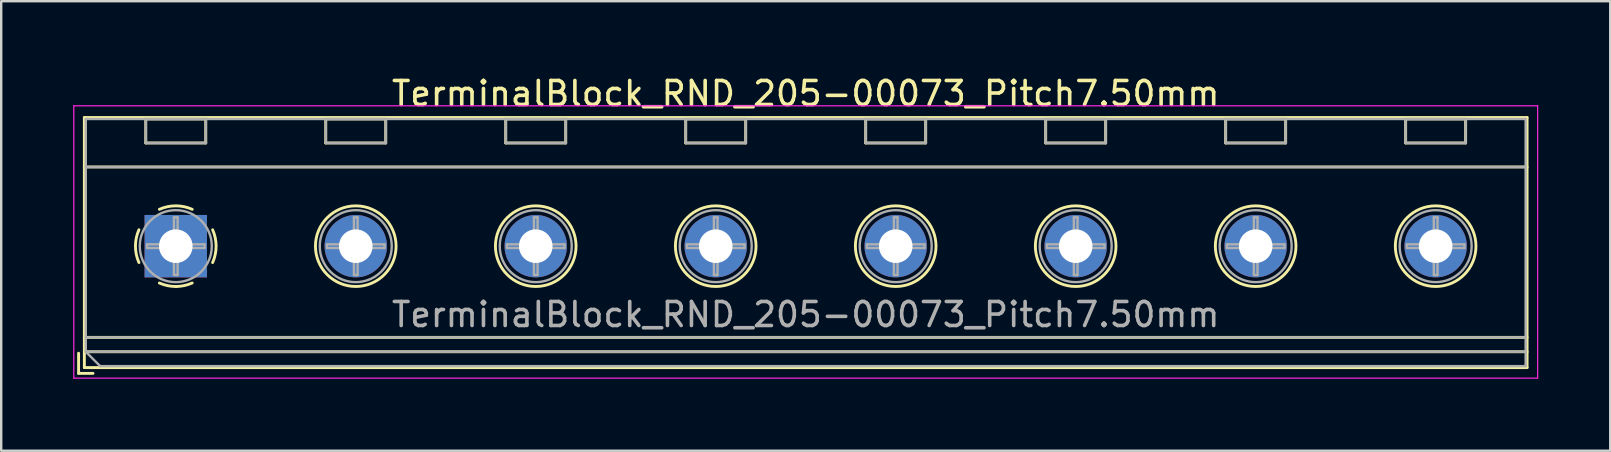
<source format=kicad_pcb>
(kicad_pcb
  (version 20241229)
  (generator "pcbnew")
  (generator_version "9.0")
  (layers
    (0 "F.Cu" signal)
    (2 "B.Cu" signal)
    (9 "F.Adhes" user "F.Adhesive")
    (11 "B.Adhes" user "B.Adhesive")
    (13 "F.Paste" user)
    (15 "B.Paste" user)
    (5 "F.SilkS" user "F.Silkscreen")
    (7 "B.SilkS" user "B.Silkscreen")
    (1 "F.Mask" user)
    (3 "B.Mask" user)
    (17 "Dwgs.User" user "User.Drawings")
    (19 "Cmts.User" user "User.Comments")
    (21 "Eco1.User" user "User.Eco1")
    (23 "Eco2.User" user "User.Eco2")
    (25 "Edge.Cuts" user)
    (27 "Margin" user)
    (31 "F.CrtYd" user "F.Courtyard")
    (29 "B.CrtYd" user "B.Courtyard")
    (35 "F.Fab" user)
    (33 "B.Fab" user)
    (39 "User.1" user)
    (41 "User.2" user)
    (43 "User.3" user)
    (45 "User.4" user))
  (footprint "TerminalBlock_RND_205-00073_Pitch7.50mm"
    (layer "F.Cu")
    (at 4.275 7.208)
    (property "Reference" "TerminalBlock_RND_205-00073_Pitch7.50mm" (at 26.25 -6.36 0) (layer "F.SilkS") (effects (font (size 1 1) (thickness 0.15))))
    (attr through_hole)
    (fp_line (start -4.05 4.46) (end -4.05 5.3) (stroke (width 0.12) (type solid)) (layer "F.SilkS"))
    (fp_line (start -4.05 5.3) (end -3.45 5.3) (stroke (width 0.12) (type solid)) (layer "F.SilkS"))
    (fp_line (start -3.81 -5.36) (end -3.81 5.06) (stroke (width 0.12) (type solid)) (layer "F.SilkS"))
    (fp_line (start -3.81 -3.3) (end 56.31 -3.3) (stroke (width 0.12) (type solid)) (layer "F.SilkS"))
    (fp_line (start -3.81 3.8) (end 56.31 3.8) (stroke (width 0.12) (type solid)) (layer "F.SilkS"))
    (fp_line (start -3.81 4.4) (end 56.31 4.4) (stroke (width 0.12) (type solid)) (layer "F.SilkS"))
    (fp_line (start -3.81 5.06) (end 56.31 5.06) (stroke (width 0.12) (type solid)) (layer "F.SilkS"))
    (fp_line (start -1.25 -5.301) (end -1.25 -4.301) (stroke (width 0.12) (type solid)) (layer "F.SilkS"))
    (fp_line (start -1.25 -5.301) (end 1.25 -5.301) (stroke (width 0.12) (type solid)) (layer "F.SilkS"))
    (fp_line (start -1.25 -4.301) (end 1.25 -4.301) (stroke (width 0.12) (type solid)) (layer "F.SilkS"))
    (fp_line (start 1.25 -5.301) (end 1.25 -4.301) (stroke (width 0.12) (type solid)) (layer "F.SilkS"))
    (fp_line (start 6.25 -5.301) (end 6.25 -4.301) (stroke (width 0.12) (type solid)) (layer "F.SilkS"))
    (fp_line (start 6.25 -5.301) (end 8.75 -5.301) (stroke (width 0.12) (type solid)) (layer "F.SilkS"))
    (fp_line (start 6.25 -4.301) (end 8.75 -4.301) (stroke (width 0.12) (type solid)) (layer "F.SilkS"))
    (fp_line (start 8.75 -5.301) (end 8.75 -4.301) (stroke (width 0.12) (type solid)) (layer "F.SilkS"))
    (fp_line (start 13.75 -5.301) (end 13.75 -4.301) (stroke (width 0.12) (type solid)) (layer "F.SilkS"))
    (fp_line (start 13.75 -5.301) (end 16.25 -5.301) (stroke (width 0.12) (type solid)) (layer "F.SilkS"))
    (fp_line (start 13.75 -4.301) (end 16.25 -4.301) (stroke (width 0.12) (type solid)) (layer "F.SilkS"))
    (fp_line (start 16.25 -5.301) (end 16.25 -4.301) (stroke (width 0.12) (type solid)) (layer "F.SilkS"))
    (fp_line (start 21.25 -5.301) (end 21.25 -4.301) (stroke (width 0.12) (type solid)) (layer "F.SilkS"))
    (fp_line (start 21.25 -5.301) (end 23.75 -5.301) (stroke (width 0.12) (type solid)) (layer "F.SilkS"))
    (fp_line (start 21.25 -4.301) (end 23.75 -4.301) (stroke (width 0.12) (type solid)) (layer "F.SilkS"))
    (fp_line (start 23.75 -5.301) (end 23.75 -4.301) (stroke (width 0.12) (type solid)) (layer "F.SilkS"))
    (fp_line (start 28.75 -5.301) (end 28.75 -4.301) (stroke (width 0.12) (type solid)) (layer "F.SilkS"))
    (fp_line (start 28.75 -5.301) (end 31.25 -5.301) (stroke (width 0.12) (type solid)) (layer "F.SilkS"))
    (fp_line (start 28.75 -4.301) (end 31.25 -4.301) (stroke (width 0.12) (type solid)) (layer "F.SilkS"))
    (fp_line (start 31.25 -5.301) (end 31.25 -4.301) (stroke (width 0.12) (type solid)) (layer "F.SilkS"))
    (fp_line (start 36.25 -5.301) (end 36.25 -4.301) (stroke (width 0.12) (type solid)) (layer "F.SilkS"))
    (fp_line (start 36.25 -5.301) (end 38.75 -5.301) (stroke (width 0.12) (type solid)) (layer "F.SilkS"))
    (fp_line (start 36.25 -4.301) (end 38.75 -4.301) (stroke (width 0.12) (type solid)) (layer "F.SilkS"))
    (fp_line (start 38.75 -5.301) (end 38.75 -4.301) (stroke (width 0.12) (type solid)) (layer "F.SilkS"))
    (fp_line (start 43.75 -5.301) (end 43.75 -4.301) (stroke (width 0.12) (type solid)) (layer "F.SilkS"))
    (fp_line (start 43.75 -5.301) (end 46.25 -5.301) (stroke (width 0.12) (type solid)) (layer "F.SilkS"))
    (fp_line (start 43.75 -4.301) (end 46.25 -4.301) (stroke (width 0.12) (type solid)) (layer "F.SilkS"))
    (fp_line (start 46.25 -5.301) (end 46.25 -4.301) (stroke (width 0.12) (type solid)) (layer "F.SilkS"))
    (fp_line (start 51.25 -5.301) (end 51.25 -4.301) (stroke (width 0.12) (type solid)) (layer "F.SilkS"))
    (fp_line (start 51.25 -5.301) (end 53.75 -5.301) (stroke (width 0.12) (type solid)) (layer "F.SilkS"))
    (fp_line (start 51.25 -4.301) (end 53.75 -4.301) (stroke (width 0.12) (type solid)) (layer "F.SilkS"))
    (fp_line (start 53.75 -5.301) (end 53.75 -4.301) (stroke (width 0.12) (type solid)) (layer "F.SilkS"))
    (fp_line (start 56.31 -5.36) (end -3.81 -5.36) (stroke (width 0.12) (type solid)) (layer "F.SilkS"))
    (fp_line (start 56.31 5.06) (end 56.31 -5.36) (stroke (width 0.12) (type solid)) (layer "F.SilkS"))
    (fp_arc (start -1.535427 0.683042) (mid -1.680501 -0.000524) (end -1.535 -0.684) (stroke (width 0.12) (type solid)) (layer "F.SilkS"))
    (fp_arc (start -0.683042 -1.535427) (mid 0.000524 -1.680501) (end 0.684 -1.535) (stroke (width 0.12) (type solid)) (layer "F.SilkS"))
    (fp_arc (start 0.028805 1.680253) (mid -0.335551 1.646659) (end -0.684 1.535) (stroke (width 0.12) (type solid)) (layer "F.SilkS"))
    (fp_arc (start 0.683318 1.534756) (mid 0.349292 1.643288) (end 0 1.68) (stroke (width 0.12) (type solid)) (layer "F.SilkS"))
    (fp_arc (start 1.535427 -0.683042) (mid 1.680501 0.000524) (end 1.535 0.684) (stroke (width 0.12) (type solid)) (layer "F.SilkS"))
    (fp_circle (center 7.5 0) (end 9.18 0) (stroke (width 0.12) (type solid)) (fill no) (layer "F.SilkS"))
    (fp_circle (center 15 0) (end 16.68 0) (stroke (width 0.12) (type solid)) (fill no) (layer "F.SilkS"))
    (fp_circle (center 22.5 0) (end 24.18 0) (stroke (width 0.12) (type solid)) (fill no) (layer "F.SilkS"))
    (fp_circle (center 30 0) (end 31.68 0) (stroke (width 0.12) (type solid)) (fill no) (layer "F.SilkS"))
    (fp_circle (center 37.5 0) (end 39.18 0) (stroke (width 0.12) (type solid)) (fill no) (layer "F.SilkS"))
    (fp_circle (center 45 0) (end 46.68 0) (stroke (width 0.12) (type solid)) (fill no) (layer "F.SilkS"))
    (fp_circle (center 52.5 0) (end 54.18 0) (stroke (width 0.12) (type solid)) (fill no) (layer "F.SilkS"))
    (fp_line (start -4.25 -5.85) (end -4.25 5.5) (stroke (width 0.05) (type solid)) (layer "F.CrtYd"))
    (fp_line (start -4.25 5.5) (end 56.75 5.5) (stroke (width 0.05) (type solid)) (layer "F.CrtYd"))
    (fp_line (start 56.75 -5.85) (end -4.25 -5.85) (stroke (width 0.05) (type solid)) (layer "F.CrtYd"))
    (fp_line (start 56.75 5.5) (end 56.75 -5.85) (stroke (width 0.05) (type solid)) (layer "F.CrtYd"))
    (fp_line (start -3.75 -5.3) (end 56.25 -5.3) (stroke (width 0.1) (type solid)) (layer "F.Fab"))
    (fp_line (start -3.75 -3.3) (end 56.25 -3.3) (stroke (width 0.1) (type solid)) (layer "F.Fab"))
    (fp_line (start -3.75 3.8) (end 56.25 3.8) (stroke (width 0.1) (type solid)) (layer "F.Fab"))
    (fp_line (start -3.75 4.4) (end -3.75 -5.3) (stroke (width 0.1) (type solid)) (layer "F.Fab"))
    (fp_line (start -3.75 4.4) (end 56.25 4.4) (stroke (width 0.1) (type solid)) (layer "F.Fab"))
    (fp_line (start -3.15 5) (end -3.75 4.4) (stroke (width 0.1) (type solid)) (layer "F.Fab"))
    (fp_line (start -1.25 -5.3) (end -1.25 -4.3) (stroke (width 0.1) (type solid)) (layer "F.Fab"))
    (fp_line (start -1.25 -4.3) (end 1.25 -4.3) (stroke (width 0.1) (type solid)) (layer "F.Fab"))
    (fp_line (start -1.201 -0.076) (end -0.076 -0.076) (stroke (width 0.1) (type solid)) (layer "F.Fab"))
    (fp_line (start -1.201 0.076) (end -1.201 -0.076) (stroke (width 0.1) (type solid)) (layer "F.Fab"))
    (fp_line (start -0.076 -1.201) (end 0.076 -1.201) (stroke (width 0.1) (type solid)) (layer "F.Fab"))
    (fp_line (start -0.076 -0.076) (end -0.076 -1.201) (stroke (width 0.1) (type solid)) (layer "F.Fab"))
    (fp_line (start -0.076 0.076) (end -1.201 0.076) (stroke (width 0.1) (type solid)) (layer "F.Fab"))
    (fp_line (start -0.076 1.201) (end -0.076 0.076) (stroke (width 0.1) (type solid)) (layer "F.Fab"))
    (fp_line (start 0.076 -1.201) (end 0.076 -0.076) (stroke (width 0.1) (type solid)) (layer "F.Fab"))
    (fp_line (start 0.076 -0.076) (end 1.201 -0.076) (stroke (width 0.1) (type solid)) (layer "F.Fab"))
    (fp_line (start 0.076 0.076) (end 0.076 1.201) (stroke (width 0.1) (type solid)) (layer "F.Fab"))
    (fp_line (start 0.076 1.201) (end -0.076 1.201) (stroke (width 0.1) (type solid)) (layer "F.Fab"))
    (fp_line (start 1.201 -0.076) (end 1.201 0.076) (stroke (width 0.1) (type solid)) (layer "F.Fab"))
    (fp_line (start 1.201 0.076) (end 0.076 0.076) (stroke (width 0.1) (type solid)) (layer "F.Fab"))
    (fp_line (start 1.25 -5.3) (end -1.25 -5.3) (stroke (width 0.1) (type solid)) (layer "F.Fab"))
    (fp_line (start 1.25 -4.3) (end 1.25 -5.3) (stroke (width 0.1) (type solid)) (layer "F.Fab"))
    (fp_line (start 6.25 -5.3) (end 6.25 -4.3) (stroke (width 0.1) (type solid)) (layer "F.Fab"))
    (fp_line (start 6.25 -4.3) (end 8.75 -4.3) (stroke (width 0.1) (type solid)) (layer "F.Fab"))
    (fp_line (start 6.299 -0.076) (end 7.424 -0.076) (stroke (width 0.1) (type solid)) (layer "F.Fab"))
    (fp_line (start 6.299 0.076) (end 6.299 -0.076) (stroke (width 0.1) (type solid)) (layer "F.Fab"))
    (fp_line (start 7.424 -1.201) (end 7.576 -1.201) (stroke (width 0.1) (type solid)) (layer "F.Fab"))
    (fp_line (start 7.424 -0.076) (end 7.424 -1.201) (stroke (width 0.1) (type solid)) (layer "F.Fab"))
    (fp_line (start 7.424 0.076) (end 6.299 0.076) (stroke (width 0.1) (type solid)) (layer "F.Fab"))
    (fp_line (start 7.424 1.201) (end 7.424 0.076) (stroke (width 0.1) (type solid)) (layer "F.Fab"))
    (fp_line (start 7.576 -1.201) (end 7.576 -0.076) (stroke (width 0.1) (type solid)) (layer "F.Fab"))
    (fp_line (start 7.576 -0.076) (end 8.701 -0.076) (stroke (width 0.1) (type solid)) (layer "F.Fab"))
    (fp_line (start 7.576 0.076) (end 7.576 1.201) (stroke (width 0.1) (type solid)) (layer "F.Fab"))
    (fp_line (start 7.576 1.201) (end 7.424 1.201) (stroke (width 0.1) (type solid)) (layer "F.Fab"))
    (fp_line (start 8.701 -0.076) (end 8.701 0.076) (stroke (width 0.1) (type solid)) (layer "F.Fab"))
    (fp_line (start 8.701 0.076) (end 7.576 0.076) (stroke (width 0.1) (type solid)) (layer "F.Fab"))
    (fp_line (start 8.75 -5.3) (end 6.25 -5.3) (stroke (width 0.1) (type solid)) (layer "F.Fab"))
    (fp_line (start 8.75 -4.3) (end 8.75 -5.3) (stroke (width 0.1) (type solid)) (layer "F.Fab"))
    (fp_line (start 13.75 -5.3) (end 13.75 -4.3) (stroke (width 0.1) (type solid)) (layer "F.Fab"))
    (fp_line (start 13.75 -4.3) (end 16.25 -4.3) (stroke (width 0.1) (type solid)) (layer "F.Fab"))
    (fp_line (start 13.799 -0.076) (end 14.924 -0.076) (stroke (width 0.1) (type solid)) (layer "F.Fab"))
    (fp_line (start 13.799 0.076) (end 13.799 -0.076) (stroke (width 0.1) (type solid)) (layer "F.Fab"))
    (fp_line (start 14.924 -1.201) (end 15.076 -1.201) (stroke (width 0.1) (type solid)) (layer "F.Fab"))
    (fp_line (start 14.924 -0.076) (end 14.924 -1.201) (stroke (width 0.1) (type solid)) (layer "F.Fab"))
    (fp_line (start 14.924 0.076) (end 13.799 0.076) (stroke (width 0.1) (type solid)) (layer "F.Fab"))
    (fp_line (start 14.924 1.201) (end 14.924 0.076) (stroke (width 0.1) (type solid)) (layer "F.Fab"))
    (fp_line (start 15.076 -1.201) (end 15.076 -0.076) (stroke (width 0.1) (type solid)) (layer "F.Fab"))
    (fp_line (start 15.076 -0.076) (end 16.201 -0.076) (stroke (width 0.1) (type solid)) (layer "F.Fab"))
    (fp_line (start 15.076 0.076) (end 15.076 1.201) (stroke (width 0.1) (type solid)) (layer "F.Fab"))
    (fp_line (start 15.076 1.201) (end 14.924 1.201) (stroke (width 0.1) (type solid)) (layer "F.Fab"))
    (fp_line (start 16.201 -0.076) (end 16.201 0.076) (stroke (width 0.1) (type solid)) (layer "F.Fab"))
    (fp_line (start 16.201 0.076) (end 15.076 0.076) (stroke (width 0.1) (type solid)) (layer "F.Fab"))
    (fp_line (start 16.25 -5.3) (end 13.75 -5.3) (stroke (width 0.1) (type solid)) (layer "F.Fab"))
    (fp_line (start 16.25 -4.3) (end 16.25 -5.3) (stroke (width 0.1) (type solid)) (layer "F.Fab"))
    (fp_line (start 21.25 -5.3) (end 21.25 -4.3) (stroke (width 0.1) (type solid)) (layer "F.Fab"))
    (fp_line (start 21.25 -4.3) (end 23.75 -4.3) (stroke (width 0.1) (type solid)) (layer "F.Fab"))
    (fp_line (start 21.299 -0.076) (end 22.424 -0.076) (stroke (width 0.1) (type solid)) (layer "F.Fab"))
    (fp_line (start 21.299 0.076) (end 21.299 -0.076) (stroke (width 0.1) (type solid)) (layer "F.Fab"))
    (fp_line (start 22.424 -1.201) (end 22.576 -1.201) (stroke (width 0.1) (type solid)) (layer "F.Fab"))
    (fp_line (start 22.424 -0.076) (end 22.424 -1.201) (stroke (width 0.1) (type solid)) (layer "F.Fab"))
    (fp_line (start 22.424 0.076) (end 21.299 0.076) (stroke (width 0.1) (type solid)) (layer "F.Fab"))
    (fp_line (start 22.424 1.201) (end 22.424 0.076) (stroke (width 0.1) (type solid)) (layer "F.Fab"))
    (fp_line (start 22.576 -1.201) (end 22.576 -0.076) (stroke (width 0.1) (type solid)) (layer "F.Fab"))
    (fp_line (start 22.576 -0.076) (end 23.701 -0.076) (stroke (width 0.1) (type solid)) (layer "F.Fab"))
    (fp_line (start 22.576 0.076) (end 22.576 1.201) (stroke (width 0.1) (type solid)) (layer "F.Fab"))
    (fp_line (start 22.576 1.201) (end 22.424 1.201) (stroke (width 0.1) (type solid)) (layer "F.Fab"))
    (fp_line (start 23.701 -0.076) (end 23.701 0.076) (stroke (width 0.1) (type solid)) (layer "F.Fab"))
    (fp_line (start 23.701 0.076) (end 22.576 0.076) (stroke (width 0.1) (type solid)) (layer "F.Fab"))
    (fp_line (start 23.75 -5.3) (end 21.25 -5.3) (stroke (width 0.1) (type solid)) (layer "F.Fab"))
    (fp_line (start 23.75 -4.3) (end 23.75 -5.3) (stroke (width 0.1) (type solid)) (layer "F.Fab"))
    (fp_line (start 28.75 -5.3) (end 28.75 -4.3) (stroke (width 0.1) (type solid)) (layer "F.Fab"))
    (fp_line (start 28.75 -4.3) (end 31.25 -4.3) (stroke (width 0.1) (type solid)) (layer "F.Fab"))
    (fp_line (start 28.799 -0.076) (end 29.924 -0.076) (stroke (width 0.1) (type solid)) (layer "F.Fab"))
    (fp_line (start 28.799 0.076) (end 28.799 -0.076) (stroke (width 0.1) (type solid)) (layer "F.Fab"))
    (fp_line (start 29.924 -1.201) (end 30.076 -1.201) (stroke (width 0.1) (type solid)) (layer "F.Fab"))
    (fp_line (start 29.924 -0.076) (end 29.924 -1.201) (stroke (width 0.1) (type solid)) (layer "F.Fab"))
    (fp_line (start 29.924 0.076) (end 28.799 0.076) (stroke (width 0.1) (type solid)) (layer "F.Fab"))
    (fp_line (start 29.924 1.201) (end 29.924 0.076) (stroke (width 0.1) (type solid)) (layer "F.Fab"))
    (fp_line (start 30.076 -1.201) (end 30.076 -0.076) (stroke (width 0.1) (type solid)) (layer "F.Fab"))
    (fp_line (start 30.076 -0.076) (end 31.201 -0.076) (stroke (width 0.1) (type solid)) (layer "F.Fab"))
    (fp_line (start 30.076 0.076) (end 30.076 1.201) (stroke (width 0.1) (type solid)) (layer "F.Fab"))
    (fp_line (start 30.076 1.201) (end 29.924 1.201) (stroke (width 0.1) (type solid)) (layer "F.Fab"))
    (fp_line (start 31.201 -0.076) (end 31.201 0.076) (stroke (width 0.1) (type solid)) (layer "F.Fab"))
    (fp_line (start 31.201 0.076) (end 30.076 0.076) (stroke (width 0.1) (type solid)) (layer "F.Fab"))
    (fp_line (start 31.25 -5.3) (end 28.75 -5.3) (stroke (width 0.1) (type solid)) (layer "F.Fab"))
    (fp_line (start 31.25 -4.3) (end 31.25 -5.3) (stroke (width 0.1) (type solid)) (layer "F.Fab"))
    (fp_line (start 36.25 -5.3) (end 36.25 -4.3) (stroke (width 0.1) (type solid)) (layer "F.Fab"))
    (fp_line (start 36.25 -4.3) (end 38.75 -4.3) (stroke (width 0.1) (type solid)) (layer "F.Fab"))
    (fp_line (start 36.299 -0.076) (end 37.424 -0.076) (stroke (width 0.1) (type solid)) (layer "F.Fab"))
    (fp_line (start 36.299 0.076) (end 36.299 -0.076) (stroke (width 0.1) (type solid)) (layer "F.Fab"))
    (fp_line (start 37.424 -1.201) (end 37.576 -1.201) (stroke (width 0.1) (type solid)) (layer "F.Fab"))
    (fp_line (start 37.424 -0.076) (end 37.424 -1.201) (stroke (width 0.1) (type solid)) (layer "F.Fab"))
    (fp_line (start 37.424 0.076) (end 36.299 0.076) (stroke (width 0.1) (type solid)) (layer "F.Fab"))
    (fp_line (start 37.424 1.201) (end 37.424 0.076) (stroke (width 0.1) (type solid)) (layer "F.Fab"))
    (fp_line (start 37.576 -1.201) (end 37.576 -0.076) (stroke (width 0.1) (type solid)) (layer "F.Fab"))
    (fp_line (start 37.576 -0.076) (end 38.701 -0.076) (stroke (width 0.1) (type solid)) (layer "F.Fab"))
    (fp_line (start 37.576 0.076) (end 37.576 1.201) (stroke (width 0.1) (type solid)) (layer "F.Fab"))
    (fp_line (start 37.576 1.201) (end 37.424 1.201) (stroke (width 0.1) (type solid)) (layer "F.Fab"))
    (fp_line (start 38.701 -0.076) (end 38.701 0.076) (stroke (width 0.1) (type solid)) (layer "F.Fab"))
    (fp_line (start 38.701 0.076) (end 37.576 0.076) (stroke (width 0.1) (type solid)) (layer "F.Fab"))
    (fp_line (start 38.75 -5.3) (end 36.25 -5.3) (stroke (width 0.1) (type solid)) (layer "F.Fab"))
    (fp_line (start 38.75 -4.3) (end 38.75 -5.3) (stroke (width 0.1) (type solid)) (layer "F.Fab"))
    (fp_line (start 43.75 -5.3) (end 43.75 -4.3) (stroke (width 0.1) (type solid)) (layer "F.Fab"))
    (fp_line (start 43.75 -4.3) (end 46.25 -4.3) (stroke (width 0.1) (type solid)) (layer "F.Fab"))
    (fp_line (start 43.799 -0.076) (end 44.924 -0.076) (stroke (width 0.1) (type solid)) (layer "F.Fab"))
    (fp_line (start 43.799 0.076) (end 43.799 -0.076) (stroke (width 0.1) (type solid)) (layer "F.Fab"))
    (fp_line (start 44.924 -1.201) (end 45.076 -1.201) (stroke (width 0.1) (type solid)) (layer "F.Fab"))
    (fp_line (start 44.924 -0.076) (end 44.924 -1.201) (stroke (width 0.1) (type solid)) (layer "F.Fab"))
    (fp_line (start 44.924 0.076) (end 43.799 0.076) (stroke (width 0.1) (type solid)) (layer "F.Fab"))
    (fp_line (start 44.924 1.201) (end 44.924 0.076) (stroke (width 0.1) (type solid)) (layer "F.Fab"))
    (fp_line (start 45.076 -1.201) (end 45.076 -0.076) (stroke (width 0.1) (type solid)) (layer "F.Fab"))
    (fp_line (start 45.076 -0.076) (end 46.201 -0.076) (stroke (width 0.1) (type solid)) (layer "F.Fab"))
    (fp_line (start 45.076 0.076) (end 45.076 1.201) (stroke (width 0.1) (type solid)) (layer "F.Fab"))
    (fp_line (start 45.076 1.201) (end 44.924 1.201) (stroke (width 0.1) (type solid)) (layer "F.Fab"))
    (fp_line (start 46.201 -0.076) (end 46.201 0.076) (stroke (width 0.1) (type solid)) (layer "F.Fab"))
    (fp_line (start 46.201 0.076) (end 45.076 0.076) (stroke (width 0.1) (type solid)) (layer "F.Fab"))
    (fp_line (start 46.25 -5.3) (end 43.75 -5.3) (stroke (width 0.1) (type solid)) (layer "F.Fab"))
    (fp_line (start 46.25 -4.3) (end 46.25 -5.3) (stroke (width 0.1) (type solid)) (layer "F.Fab"))
    (fp_line (start 51.25 -5.3) (end 51.25 -4.3) (stroke (width 0.1) (type solid)) (layer "F.Fab"))
    (fp_line (start 51.25 -4.3) (end 53.75 -4.3) (stroke (width 0.1) (type solid)) (layer "F.Fab"))
    (fp_line (start 51.299 -0.076) (end 52.424 -0.076) (stroke (width 0.1) (type solid)) (layer "F.Fab"))
    (fp_line (start 51.299 0.076) (end 51.299 -0.076) (stroke (width 0.1) (type solid)) (layer "F.Fab"))
    (fp_line (start 52.424 -1.201) (end 52.576 -1.201) (stroke (width 0.1) (type solid)) (layer "F.Fab"))
    (fp_line (start 52.424 -0.076) (end 52.424 -1.201) (stroke (width 0.1) (type solid)) (layer "F.Fab"))
    (fp_line (start 52.424 0.076) (end 51.299 0.076) (stroke (width 0.1) (type solid)) (layer "F.Fab"))
    (fp_line (start 52.424 1.201) (end 52.424 0.076) (stroke (width 0.1) (type solid)) (layer "F.Fab"))
    (fp_line (start 52.576 -1.201) (end 52.576 -0.076) (stroke (width 0.1) (type solid)) (layer "F.Fab"))
    (fp_line (start 52.576 -0.076) (end 53.701 -0.076) (stroke (width 0.1) (type solid)) (layer "F.Fab"))
    (fp_line (start 52.576 0.076) (end 52.576 1.201) (stroke (width 0.1) (type solid)) (layer "F.Fab"))
    (fp_line (start 52.576 1.201) (end 52.424 1.201) (stroke (width 0.1) (type solid)) (layer "F.Fab"))
    (fp_line (start 53.701 -0.076) (end 53.701 0.076) (stroke (width 0.1) (type solid)) (layer "F.Fab"))
    (fp_line (start 53.701 0.076) (end 52.576 0.076) (stroke (width 0.1) (type solid)) (layer "F.Fab"))
    (fp_line (start 53.75 -5.3) (end 51.25 -5.3) (stroke (width 0.1) (type solid)) (layer "F.Fab"))
    (fp_line (start 53.75 -4.3) (end 53.75 -5.3) (stroke (width 0.1) (type solid)) (layer "F.Fab"))
    (fp_line (start 56.25 -5.3) (end 56.25 5) (stroke (width 0.1) (type solid)) (layer "F.Fab"))
    (fp_line (start 56.25 5) (end -3.15 5) (stroke (width 0.1) (type solid)) (layer "F.Fab"))
    (fp_circle (center 0 0) (end 1.5 0) (stroke (width 0.1) (type solid)) (fill no) (layer "F.Fab"))
    (fp_circle (center 7.5 0) (end 9 0) (stroke (width 0.1) (type solid)) (fill no) (layer "F.Fab"))
    (fp_circle (center 15 0) (end 16.5 0) (stroke (width 0.1) (type solid)) (fill no) (layer "F.Fab"))
    (fp_circle (center 22.5 0) (end 24 0) (stroke (width 0.1) (type solid)) (fill no) (layer "F.Fab"))
    (fp_circle (center 30 0) (end 31.5 0) (stroke (width 0.1) (type solid)) (fill no) (layer "F.Fab"))
    (fp_circle (center 37.5 0) (end 39 0) (stroke (width 0.1) (type solid)) (fill no) (layer "F.Fab"))
    (fp_circle (center 45 0) (end 46.5 0) (stroke (width 0.1) (type solid)) (fill no) (layer "F.Fab"))
    (fp_circle (center 52.5 0) (end 54 0) (stroke (width 0.1) (type solid)) (fill no) (layer "F.Fab"))
    (fp_text user "${REFERENCE}" (at 26.25 2.85 0) (layer "F.Fab") (effects (font (size 1 1) (thickness 0.15))))
    (pad "1" thru_hole rect (at 0 0) (size 2.6 2.6) (drill 1.4) (layers "*.Cu" "*.Mask"))
    (pad "2" thru_hole oval (at 7.5 0) (size 2.6 2.6) (drill 1.4) (layers "*.Cu" "*.Mask"))
    (pad "3" thru_hole oval (at 15 0) (size 2.6 2.6) (drill 1.4) (layers "*.Cu" "*.Mask"))
    (pad "4" thru_hole oval (at 22.5 0) (size 2.6 2.6) (drill 1.4) (layers "*.Cu" "*.Mask"))
    (pad "5" thru_hole oval (at 30 0) (size 2.6 2.6) (drill 1.4) (layers "*.Cu" "*.Mask"))
    (pad "6" thru_hole oval (at 37.5 0) (size 2.6 2.6) (drill 1.4) (layers "*.Cu" "*.Mask"))
    (pad "7" thru_hole oval (at 45 0) (size 2.6 2.6) (drill 1.4) (layers "*.Cu" "*.Mask"))
    (pad "8" thru_hole oval (at 52.5 0) (size 2.6 2.6) (drill 1.4) (layers "*.Cu" "*.Mask")))
  (gr_rect
    (start -3 -3)
    (end 64.05 15.733)
    (stroke (width 0.1) (type default))
    (fill no)
    (layer "Edge.Cuts")))
</source>
